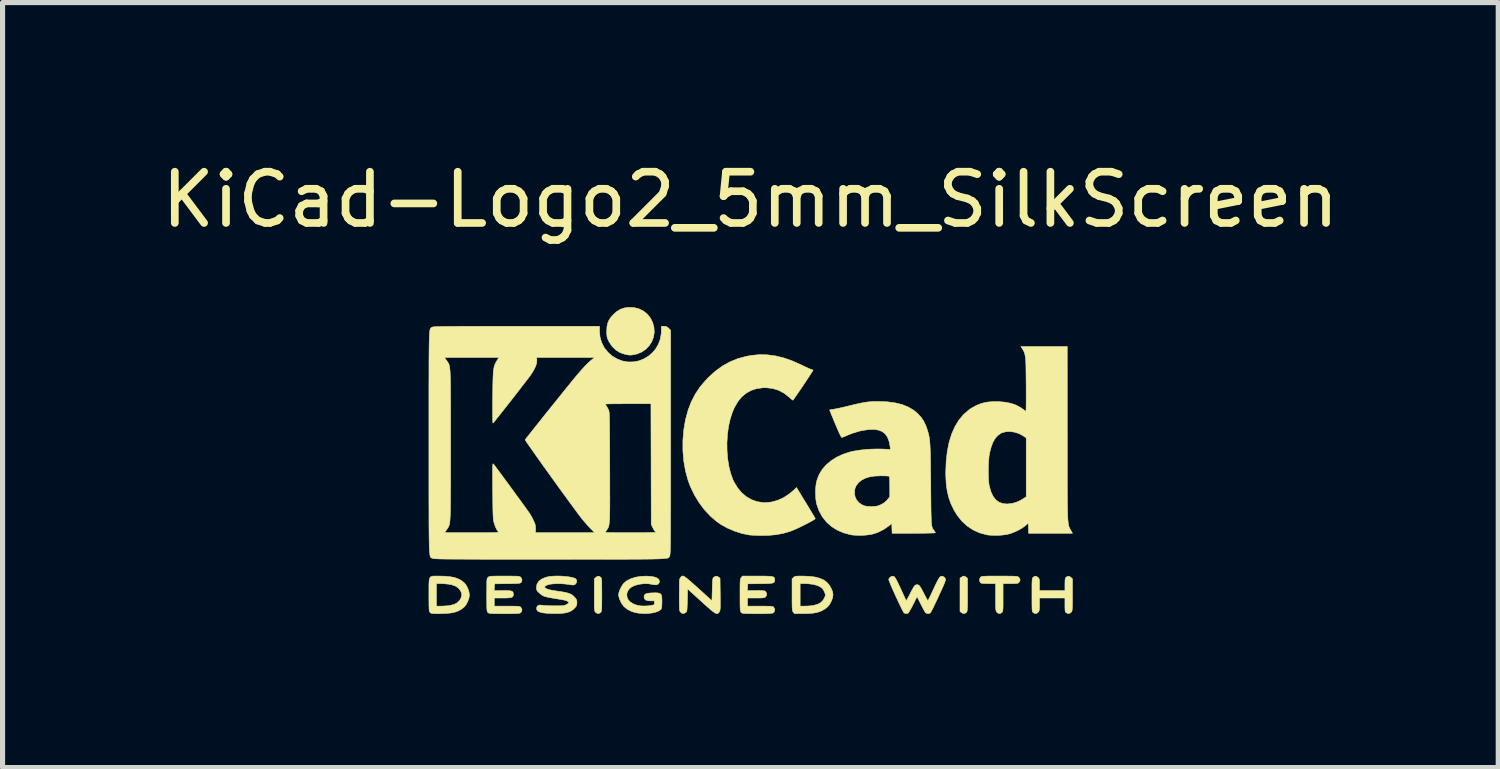
<source format=kicad_pcb>
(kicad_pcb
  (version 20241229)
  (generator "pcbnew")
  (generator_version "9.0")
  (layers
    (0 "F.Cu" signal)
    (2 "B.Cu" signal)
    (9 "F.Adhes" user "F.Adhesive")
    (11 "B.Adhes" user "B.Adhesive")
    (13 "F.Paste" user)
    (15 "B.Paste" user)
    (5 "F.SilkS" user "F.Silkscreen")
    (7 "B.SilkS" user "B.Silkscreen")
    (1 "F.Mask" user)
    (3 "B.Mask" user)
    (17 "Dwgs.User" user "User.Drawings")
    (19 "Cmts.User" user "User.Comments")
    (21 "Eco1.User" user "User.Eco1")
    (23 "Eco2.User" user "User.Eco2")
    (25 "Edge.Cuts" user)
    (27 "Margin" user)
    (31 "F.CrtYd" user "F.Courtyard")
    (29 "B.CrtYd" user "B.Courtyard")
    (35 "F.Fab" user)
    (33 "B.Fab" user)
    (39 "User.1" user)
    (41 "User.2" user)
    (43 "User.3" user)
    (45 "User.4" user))
  (footprint "KiCad-Logo2_5mm_SilkScreen"
    (layer "F.Cu")
    (at 11.601 5.928)
    (property "Reference" "KiCad-Logo2_5mm_SilkScreen" (at 0 -5.08 0) (layer "F.SilkS") (effects (font (size 1 1) (thickness 0.15))))
    (attr exclude_from_pos_files exclude_from_bom)
    (fp_poly (pts (xy 4.189 2.276) (xy 4.212 2.291) (xy 4.239 2.312) (xy 4.239 2.634) (xy 4.239 2.728) (xy 4.239 2.802) (xy 4.238 2.859) (xy 4.236 2.901) (xy 4.234 2.931) (xy 4.231 2.951) (xy 4.227 2.965) (xy 4.221 2.974) (xy 4.217 2.979) (xy 4.186 3) (xy 4.15 2.999) (xy 4.119 2.981) (xy 4.092 2.96) (xy 4.092 2.312) (xy 4.119 2.291) (xy 4.145 2.275) (xy 4.166 2.269) (xy 4.189 2.276)) (stroke (width 0.01) (type solid)) (fill yes) (layer "F.SilkS"))
    (fp_poly (pts (xy -2.924 2.292) (xy -2.917 2.299) (xy -2.912 2.309) (xy -2.908 2.324) (xy -2.905 2.346) (xy -2.903 2.378) (xy -2.902 2.422) (xy -2.902 2.482) (xy -2.901 2.56) (xy -2.901 2.636) (xy -2.901 2.73) (xy -2.902 2.804) (xy -2.902 2.86) (xy -2.904 2.902) (xy -2.906 2.932) (xy -2.909 2.952) (xy -2.913 2.965) (xy -2.919 2.974) (xy -2.924 2.98) (xy -2.957 3) (xy -2.992 2.998) (xy -3.023 2.977) (xy -3.031 2.968) (xy -3.036 2.959) (xy -3.041 2.945) (xy -3.044 2.924) (xy -3.046 2.895) (xy -3.047 2.853) (xy -3.048 2.796) (xy -3.048 2.722) (xy -3.048 2.638) (xy -3.048 2.324) (xy -3.02 2.297) (xy -2.986 2.273) (xy -2.953 2.273) (xy -2.924 2.292)) (stroke (width 0.01) (type solid)) (fill yes) (layer "F.SilkS"))
    (fp_poly (pts (xy -2.273 -2.973) (xy -2.177 -2.949) (xy -2.09 -2.906) (xy -2.015 -2.847) (xy -1.954 -2.772) (xy -1.909 -2.683) (xy -1.883 -2.586) (xy -1.877 -2.489) (xy -1.892 -2.395) (xy -1.926 -2.307) (xy -1.977 -2.228) (xy -2.042 -2.16) (xy -2.121 -2.106) (xy -2.212 -2.068) (xy -2.263 -2.056) (xy -2.308 -2.048) (xy -2.342 -2.045) (xy -2.375 -2.047) (xy -2.415 -2.054) (xy -2.449 -2.061) (xy -2.542 -2.092) (xy -2.626 -2.143) (xy -2.698 -2.213) (xy -2.756 -2.298) (xy -2.77 -2.326) (xy -2.787 -2.362) (xy -2.797 -2.392) (xy -2.802 -2.425) (xy -2.805 -2.466) (xy -2.805 -2.512) (xy -2.801 -2.596) (xy -2.787 -2.665) (xy -2.762 -2.726) (xy -2.723 -2.784) (xy -2.684 -2.829) (xy -2.612 -2.895) (xy -2.537 -2.94) (xy -2.455 -2.967) (xy -2.377 -2.977) (xy -2.273 -2.973)) (stroke (width 0.01) (type solid)) (fill yes) (layer "F.SilkS"))
    (fp_poly (pts (xy 4.963 2.269) (xy 5.042 2.27) (xy 5.103 2.27) (xy 5.149 2.272) (xy 5.182 2.274) (xy 5.205 2.277) (xy 5.221 2.28) (xy 5.231 2.285) (xy 5.236 2.289) (xy 5.261 2.321) (xy 5.265 2.355) (xy 5.249 2.386) (xy 5.238 2.398) (xy 5.227 2.406) (xy 5.211 2.412) (xy 5.186 2.414) (xy 5.147 2.416) (xy 5.09 2.416) (xy 5.079 2.416) (xy 4.933 2.416) (xy 4.933 2.687) (xy 4.933 2.772) (xy 4.933 2.838) (xy 4.932 2.887) (xy 4.93 2.922) (xy 4.927 2.946) (xy 4.923 2.962) (xy 4.918 2.972) (xy 4.911 2.98) (xy 4.878 3) (xy 4.843 2.999) (xy 4.812 2.976) (xy 4.81 2.973) (xy 4.802 2.962) (xy 4.797 2.95) (xy 4.793 2.933) (xy 4.79 2.908) (xy 4.788 2.872) (xy 4.787 2.822) (xy 4.787 2.755) (xy 4.786 2.68) (xy 4.786 2.416) (xy 4.647 2.416) (xy 4.587 2.415) (xy 4.546 2.414) (xy 4.519 2.411) (xy 4.502 2.405) (xy 4.49 2.397) (xy 4.489 2.395) (xy 4.473 2.362) (xy 4.474 2.324) (xy 4.493 2.292) (xy 4.5 2.285) (xy 4.51 2.28) (xy 4.524 2.276) (xy 4.545 2.274) (xy 4.575 2.272) (xy 4.618 2.27) (xy 4.676 2.269) (xy 4.75 2.269) (xy 4.844 2.269) (xy 4.864 2.269) (xy 4.963 2.269)) (stroke (width 0.01) (type solid)) (fill yes) (layer "F.SilkS"))
    (fp_poly (pts (xy 6.229 2.275) (xy 6.26 2.297) (xy 6.288 2.324) (xy 6.288 2.634) (xy 6.288 2.726) (xy 6.287 2.798) (xy 6.287 2.853) (xy 6.285 2.893) (xy 6.283 2.922) (xy 6.28 2.942) (xy 6.275 2.956) (xy 6.269 2.967) (xy 6.265 2.973) (xy 6.234 2.998) (xy 6.198 3) (xy 6.166 2.985) (xy 6.156 2.976) (xy 6.148 2.965) (xy 6.144 2.946) (xy 6.142 2.915) (xy 6.141 2.869) (xy 6.141 2.833) (xy 6.141 2.698) (xy 5.644 2.698) (xy 5.644 2.821) (xy 5.644 2.877) (xy 5.642 2.915) (xy 5.638 2.941) (xy 5.63 2.96) (xy 5.621 2.973) (xy 5.59 2.998) (xy 5.555 3.001) (xy 5.522 2.983) (xy 5.513 2.974) (xy 5.506 2.962) (xy 5.502 2.943) (xy 5.499 2.914) (xy 5.498 2.87) (xy 5.497 2.808) (xy 5.497 2.794) (xy 5.497 2.678) (xy 5.497 2.582) (xy 5.497 2.504) (xy 5.497 2.443) (xy 5.498 2.396) (xy 5.5 2.361) (xy 5.502 2.335) (xy 5.505 2.318) (xy 5.51 2.306) (xy 5.515 2.298) (xy 5.52 2.292) (xy 5.552 2.272) (xy 5.585 2.275) (xy 5.617 2.297) (xy 5.629 2.311) (xy 5.638 2.327) (xy 5.642 2.35) (xy 5.644 2.384) (xy 5.644 2.436) (xy 5.644 2.551) (xy 6.141 2.551) (xy 6.141 2.433) (xy 6.142 2.378) (xy 6.144 2.341) (xy 6.148 2.317) (xy 6.155 2.301) (xy 6.164 2.292) (xy 6.196 2.272) (xy 6.229 2.275)) (stroke (width 0.01) (type solid)) (fill yes) (layer "F.SilkS"))
    (fp_poly (pts (xy 1.018 2.269) (xy 1.147 2.274) (xy 1.257 2.287) (xy 1.349 2.31) (xy 1.426 2.343) (xy 1.489 2.388) (xy 1.539 2.444) (xy 1.58 2.514) (xy 1.58 2.515) (xy 1.605 2.577) (xy 1.613 2.633) (xy 1.606 2.688) (xy 1.584 2.751) (xy 1.579 2.761) (xy 1.55 2.817) (xy 1.517 2.86) (xy 1.475 2.897) (xy 1.417 2.934) (xy 1.414 2.936) (xy 1.364 2.96) (xy 1.307 2.978) (xy 1.24 2.991) (xy 1.159 2.999) (xy 1.06 3.002) (xy 1.025 3.002) (xy 0.86 3.003) (xy 0.836 2.973) (xy 0.829 2.963) (xy 0.824 2.952) (xy 0.82 2.936) (xy 0.817 2.913) (xy 0.815 2.88) (xy 0.814 2.856) (xy 0.971 2.856) (xy 1.065 2.856) (xy 1.12 2.854) (xy 1.176 2.85) (xy 1.222 2.844) (xy 1.225 2.844) (xy 1.307 2.822) (xy 1.371 2.789) (xy 1.418 2.743) (xy 1.451 2.683) (xy 1.457 2.667) (xy 1.463 2.642) (xy 1.46 2.618) (xy 1.448 2.585) (xy 1.441 2.569) (xy 1.418 2.527) (xy 1.39 2.497) (xy 1.359 2.477) (xy 1.297 2.45) (xy 1.218 2.43) (xy 1.125 2.419) (xy 1.058 2.416) (xy 0.971 2.416) (xy 0.971 2.856) (xy 0.814 2.856) (xy 0.814 2.835) (xy 0.813 2.774) (xy 0.813 2.696) (xy 0.813 2.634) (xy 0.813 2.324) (xy 0.841 2.297) (xy 0.853 2.286) (xy 0.866 2.278) (xy 0.885 2.273) (xy 0.913 2.27) (xy 0.955 2.269) (xy 1.015 2.269) (xy 1.018 2.269)) (stroke (width 0.01) (type solid)) (fill yes) (layer "F.SilkS"))
    (fp_poly (pts (xy -6.121 2.269) (xy -6.082 2.269) (xy -5.966 2.272) (xy -5.869 2.281) (xy -5.788 2.295) (xy -5.719 2.317) (xy -5.658 2.347) (xy -5.604 2.387) (xy -5.584 2.404) (xy -5.552 2.443) (xy -5.523 2.497) (xy -5.5 2.557) (xy -5.488 2.615) (xy -5.486 2.636) (xy -5.494 2.695) (xy -5.516 2.759) (xy -5.547 2.82) (xy -5.584 2.868) (xy -5.59 2.874) (xy -5.641 2.915) (xy -5.696 2.947) (xy -5.76 2.971) (xy -5.834 2.988) (xy -5.924 2.998) (xy -6.031 3.002) (xy -6.08 3.003) (xy -6.142 3.003) (xy -6.186 3.001) (xy -6.215 2.999) (xy -6.234 2.994) (xy -6.247 2.987) (xy -6.254 2.98) (xy -6.261 2.973) (xy -6.266 2.963) (xy -6.27 2.948) (xy -6.273 2.926) (xy -6.274 2.894) (xy -6.276 2.85) (xy -6.276 2.79) (xy -6.277 2.712) (xy -6.277 2.636) (xy -6.277 2.535) (xy -6.277 2.454) (xy -6.276 2.416) (xy -6.13 2.416) (xy -6.13 2.856) (xy -6.037 2.856) (xy -5.981 2.854) (xy -5.922 2.85) (xy -5.873 2.844) (xy -5.872 2.844) (xy -5.792 2.825) (xy -5.731 2.795) (xy -5.684 2.753) (xy -5.655 2.707) (xy -5.636 2.656) (xy -5.638 2.608) (xy -5.659 2.557) (xy -5.7 2.504) (xy -5.758 2.465) (xy -5.833 2.438) (xy -5.883 2.429) (xy -5.939 2.423) (xy -6 2.418) (xy -6.051 2.416) (xy -6.054 2.416) (xy -6.13 2.416) (xy -6.276 2.416) (xy -6.275 2.392) (xy -6.271 2.345) (xy -6.263 2.312) (xy -6.25 2.29) (xy -6.23 2.277) (xy -6.203 2.27) (xy -6.167 2.269) (xy -6.121 2.269)) (stroke (width 0.01) (type solid)) (fill yes) (layer "F.SilkS"))
    (fp_poly (pts (xy -1.3 2.273) (xy -1.277 2.287) (xy -1.246 2.31) (xy -1.206 2.342) (xy -1.156 2.386) (xy -1.094 2.441) (xy -1.018 2.509) (xy -0.931 2.588) (xy -0.751 2.752) (xy -0.745 2.532) (xy -0.743 2.456) (xy -0.741 2.4) (xy -0.739 2.36) (xy -0.736 2.332) (xy -0.731 2.314) (xy -0.725 2.303) (xy -0.717 2.294) (xy -0.713 2.291) (xy -0.678 2.272) (xy -0.645 2.274) (xy -0.619 2.291) (xy -0.593 2.312) (xy -0.589 2.627) (xy -0.588 2.72) (xy -0.588 2.793) (xy -0.588 2.848) (xy -0.589 2.889) (xy -0.591 2.919) (xy -0.594 2.939) (xy -0.598 2.953) (xy -0.604 2.964) (xy -0.61 2.972) (xy -0.623 2.988) (xy -0.637 2.999) (xy -0.652 3.003) (xy -0.671 2.999) (xy -0.695 2.987) (xy -0.727 2.965) (xy -0.768 2.932) (xy -0.821 2.887) (xy -0.886 2.829) (xy -0.96 2.762) (xy -1.225 2.521) (xy -1.23 2.741) (xy -1.233 2.816) (xy -1.235 2.872) (xy -1.237 2.913) (xy -1.24 2.94) (xy -1.244 2.958) (xy -1.25 2.969) (xy -1.259 2.978) (xy -1.263 2.981) (xy -1.3 3) (xy -1.335 2.997) (xy -1.365 2.973) (xy -1.372 2.963) (xy -1.378 2.952) (xy -1.382 2.936) (xy -1.385 2.913) (xy -1.386 2.88) (xy -1.388 2.835) (xy -1.388 2.774) (xy -1.389 2.694) (xy -1.389 2.636) (xy -1.388 2.544) (xy -1.388 2.473) (xy -1.387 2.418) (xy -1.386 2.378) (xy -1.384 2.349) (xy -1.38 2.329) (xy -1.376 2.315) (xy -1.37 2.305) (xy -1.365 2.299) (xy -1.354 2.285) (xy -1.343 2.274) (xy -1.332 2.268) (xy -1.318 2.267) (xy -1.3 2.273)) (stroke (width 0.01) (type solid)) (fill yes) (layer "F.SilkS"))
    (fp_poly (pts (xy -1.95 2.275) (xy -1.882 2.286) (xy -1.829 2.304) (xy -1.795 2.327) (xy -1.785 2.341) (xy -1.776 2.372) (xy -1.782 2.4) (xy -1.802 2.427) (xy -1.834 2.44) (xy -1.879 2.439) (xy -1.914 2.432) (xy -1.992 2.419) (xy -2.072 2.418) (xy -2.162 2.428) (xy -2.186 2.433) (xy -2.269 2.456) (xy -2.334 2.491) (xy -2.38 2.537) (xy -2.407 2.592) (xy -2.413 2.621) (xy -2.409 2.68) (xy -2.386 2.732) (xy -2.345 2.776) (xy -2.288 2.811) (xy -2.219 2.837) (xy -2.138 2.852) (xy -2.048 2.854) (xy -1.951 2.845) (xy -1.945 2.844) (xy -1.907 2.836) (xy -1.885 2.83) (xy -1.876 2.819) (xy -1.874 2.802) (xy -1.874 2.793) (xy -1.874 2.754) (xy -1.942 2.754) (xy -2.003 2.75) (xy -2.044 2.737) (xy -2.068 2.714) (xy -2.077 2.679) (xy -2.077 2.674) (xy -2.072 2.645) (xy -2.054 2.623) (xy -2.022 2.609) (xy -1.972 2.601) (xy -1.923 2.598) (xy -1.852 2.596) (xy -1.801 2.599) (xy -1.766 2.609) (xy -1.744 2.628) (xy -1.733 2.66) (xy -1.728 2.708) (xy -1.727 2.77) (xy -1.729 2.84) (xy -1.733 2.887) (xy -1.74 2.912) (xy -1.741 2.914) (xy -1.78 2.946) (xy -1.837 2.97) (xy -1.909 2.988) (xy -1.991 2.999) (xy -2.081 3.001) (xy -2.175 2.994) (xy -2.23 2.986) (xy -2.316 2.962) (xy -2.396 2.922) (xy -2.463 2.87) (xy -2.473 2.86) (xy -2.506 2.816) (xy -2.536 2.762) (xy -2.559 2.706) (xy -2.572 2.654) (xy -2.574 2.635) (xy -2.567 2.593) (xy -2.55 2.542) (xy -2.524 2.488) (xy -2.495 2.439) (xy -2.469 2.406) (xy -2.408 2.357) (xy -2.329 2.319) (xy -2.235 2.29) (xy -2.129 2.274) (xy -2.032 2.27) (xy -1.95 2.275)) (stroke (width 0.01) (type solid)) (fill yes) (layer "F.SilkS"))
    (fp_poly (pts (xy 0.23 2.269) (xy 0.307 2.27) (xy 0.365 2.272) (xy 0.408 2.276) (xy 0.438 2.282) (xy 0.457 2.291) (xy 0.468 2.303) (xy 0.473 2.319) (xy 0.474 2.339) (xy 0.474 2.341) (xy 0.473 2.364) (xy 0.468 2.382) (xy 0.457 2.395) (xy 0.437 2.404) (xy 0.406 2.41) (xy 0.36 2.414) (xy 0.298 2.417) (xy 0.216 2.418) (xy 0.191 2.418) (xy -0.051 2.421) (xy -0.054 2.486) (xy -0.058 2.551) (xy 0.111 2.551) (xy 0.176 2.552) (xy 0.223 2.553) (xy 0.255 2.555) (xy 0.276 2.559) (xy 0.289 2.565) (xy 0.299 2.573) (xy 0.299 2.573) (xy 0.316 2.607) (xy 0.316 2.643) (xy 0.297 2.674) (xy 0.294 2.678) (xy 0.281 2.686) (xy 0.263 2.692) (xy 0.237 2.695) (xy 0.197 2.697) (xy 0.142 2.698) (xy 0.106 2.698) (xy -0.056 2.698) (xy -0.056 2.856) (xy 0.19 2.856) (xy 0.272 2.856) (xy 0.333 2.857) (xy 0.379 2.858) (xy 0.41 2.86) (xy 0.431 2.864) (xy 0.445 2.868) (xy 0.453 2.874) (xy 0.455 2.877) (xy 0.472 2.908) (xy 0.473 2.944) (xy 0.46 2.975) (xy 0.449 2.985) (xy 0.438 2.991) (xy 0.421 2.995) (xy 0.396 2.998) (xy 0.359 3) (xy 0.308 3.002) (xy 0.24 3.003) (xy 0.153 3.003) (xy 0.133 3.003) (xy 0.045 3.003) (xy -0.024 3.002) (xy -0.075 3.002) (xy -0.113 3) (xy -0.139 2.998) (xy -0.156 2.994) (xy -0.167 2.989) (xy -0.176 2.983) (xy -0.18 2.978) (xy -0.187 2.97) (xy -0.192 2.96) (xy -0.196 2.945) (xy -0.199 2.923) (xy -0.201 2.89) (xy -0.202 2.845) (xy -0.203 2.785) (xy -0.203 2.707) (xy -0.203 2.641) (xy -0.203 2.549) (xy -0.203 2.476) (xy -0.202 2.421) (xy -0.201 2.38) (xy -0.198 2.35) (xy -0.195 2.33) (xy -0.191 2.316) (xy -0.185 2.305) (xy -0.18 2.299) (xy -0.156 2.269) (xy 0.134 2.269) (xy 0.23 2.269)) (stroke (width 0.01) (type solid)) (fill yes) (layer "F.SilkS"))
    (fp_poly (pts (xy -4.713 2.269) (xy -4.643 2.27) (xy -4.591 2.27) (xy -4.553 2.272) (xy -4.526 2.274) (xy -4.508 2.278) (xy -4.496 2.283) (xy -4.487 2.289) (xy -4.484 2.292) (xy -4.464 2.323) (xy -4.46 2.359) (xy -4.473 2.391) (xy -4.48 2.397) (xy -4.489 2.403) (xy -4.505 2.408) (xy -4.529 2.412) (xy -4.566 2.414) (xy -4.617 2.416) (xy -4.685 2.418) (xy -4.748 2.418) (xy -4.995 2.421) (xy -4.999 2.486) (xy -5.002 2.551) (xy -4.834 2.551) (xy -4.761 2.552) (xy -4.708 2.555) (xy -4.671 2.56) (xy -4.647 2.57) (xy -4.634 2.586) (xy -4.629 2.607) (xy -4.628 2.628) (xy -4.631 2.653) (xy -4.64 2.671) (xy -4.659 2.684) (xy -4.691 2.692) (xy -4.738 2.696) (xy -4.804 2.698) (xy -4.84 2.698) (xy -5.001 2.698) (xy -5.001 2.856) (xy -4.753 2.856) (xy -4.671 2.856) (xy -4.609 2.857) (xy -4.564 2.858) (xy -4.532 2.86) (xy -4.511 2.863) (xy -4.496 2.868) (xy -4.487 2.874) (xy -4.482 2.879) (xy -4.465 2.906) (xy -4.459 2.929) (xy -4.467 2.959) (xy -4.482 2.98) (xy -4.49 2.987) (xy -4.5 2.992) (xy -4.515 2.996) (xy -4.538 2.999) (xy -4.571 3.001) (xy -4.618 3.002) (xy -4.68 3.003) (xy -4.761 3.003) (xy -4.803 3.003) (xy -4.894 3.003) (xy -4.964 3.002) (xy -5.017 3.002) (xy -5.056 3) (xy -5.083 2.998) (xy -5.101 2.994) (xy -5.113 2.99) (xy -5.122 2.983) (xy -5.125 2.98) (xy -5.132 2.973) (xy -5.137 2.963) (xy -5.141 2.948) (xy -5.144 2.926) (xy -5.146 2.894) (xy -5.147 2.849) (xy -5.147 2.789) (xy -5.148 2.711) (xy -5.148 2.638) (xy -5.148 2.545) (xy -5.147 2.471) (xy -5.147 2.415) (xy -5.146 2.374) (xy -5.144 2.345) (xy -5.141 2.325) (xy -5.136 2.312) (xy -5.131 2.303) (xy -5.123 2.295) (xy -5.122 2.294) (xy -5.113 2.286) (xy -5.103 2.28) (xy -5.089 2.276) (xy -5.067 2.273) (xy -5.036 2.271) (xy -4.993 2.27) (xy -4.934 2.269) (xy -4.857 2.269) (xy -4.802 2.269) (xy -4.713 2.269)) (stroke (width 0.01) (type solid)) (fill yes) (layer "F.SilkS"))
    (fp_poly (pts (xy 3.745 2.271) (xy 3.764 2.278) (xy 3.765 2.278) (xy 3.792 2.299) (xy 3.806 2.32) (xy 3.809 2.329) (xy 3.809 2.342) (xy 3.805 2.361) (xy 3.796 2.387) (xy 3.782 2.424) (xy 3.761 2.473) (xy 3.732 2.536) (xy 3.695 2.617) (xy 3.675 2.661) (xy 3.639 2.74) (xy 3.604 2.812) (xy 3.574 2.876) (xy 3.548 2.928) (xy 3.528 2.965) (xy 3.516 2.986) (xy 3.513 2.989) (xy 3.482 3.001) (xy 3.447 3) (xy 3.419 2.984) (xy 3.418 2.983) (xy 3.407 2.966) (xy 3.388 2.933) (xy 3.364 2.888) (xy 3.337 2.836) (xy 3.327 2.817) (xy 3.254 2.67) (xy 3.174 2.829) (xy 3.146 2.884) (xy 3.119 2.932) (xy 3.097 2.969) (xy 3.081 2.991) (xy 3.076 2.996) (xy 3.034 3.002) (xy 3 2.989) (xy 2.99 2.974) (xy 2.972 2.943) (xy 2.949 2.897) (xy 2.921 2.839) (xy 2.89 2.774) (xy 2.857 2.704) (xy 2.824 2.631) (xy 2.792 2.56) (xy 2.763 2.494) (xy 2.737 2.435) (xy 2.718 2.386) (xy 2.705 2.352) (xy 2.7 2.334) (xy 2.7 2.334) (xy 2.711 2.311) (xy 2.733 2.289) (xy 2.735 2.288) (xy 2.762 2.272) (xy 2.787 2.273) (xy 2.796 2.275) (xy 2.808 2.282) (xy 2.82 2.294) (xy 2.834 2.315) (xy 2.852 2.347) (xy 2.875 2.393) (xy 2.905 2.455) (xy 2.932 2.512) (xy 2.962 2.578) (xy 2.99 2.638) (xy 3.013 2.688) (xy 3.03 2.725) (xy 3.039 2.746) (xy 3.041 2.749) (xy 3.047 2.743) (xy 3.061 2.721) (xy 3.081 2.685) (xy 3.106 2.638) (xy 3.115 2.619) (xy 3.148 2.554) (xy 3.174 2.507) (xy 3.194 2.474) (xy 3.21 2.454) (xy 3.226 2.443) (xy 3.242 2.439) (xy 3.252 2.438) (xy 3.271 2.44) (xy 3.287 2.447) (xy 3.303 2.462) (xy 3.321 2.487) (xy 3.344 2.526) (xy 3.373 2.581) (xy 3.389 2.613) (xy 3.415 2.663) (xy 3.437 2.705) (xy 3.454 2.734) (xy 3.464 2.748) (xy 3.466 2.749) (xy 3.472 2.738) (xy 3.487 2.709) (xy 3.508 2.666) (xy 3.534 2.612) (xy 3.564 2.548) (xy 3.578 2.517) (xy 3.616 2.436) (xy 3.647 2.374) (xy 3.672 2.328) (xy 3.692 2.297) (xy 3.71 2.278) (xy 3.727 2.271) (xy 3.745 2.271)) (stroke (width 0.01) (type solid)) (fill yes) (layer "F.SilkS"))
    (fp_poly (pts (xy -3.692 2.27) (xy -3.617 2.276) (xy -3.547 2.284) (xy -3.487 2.295) (xy -3.44 2.308) (xy -3.41 2.323) (xy -3.406 2.327) (xy -3.39 2.362) (xy -3.395 2.397) (xy -3.419 2.428) (xy -3.421 2.429) (xy -3.435 2.438) (xy -3.45 2.443) (xy -3.471 2.443) (xy -3.503 2.44) (xy -3.552 2.432) (xy -3.556 2.432) (xy -3.629 2.423) (xy -3.707 2.418) (xy -3.786 2.418) (xy -3.859 2.422) (xy -3.922 2.43) (xy -3.968 2.443) (xy -3.971 2.444) (xy -4.005 2.463) (xy -4.017 2.482) (xy -4.008 2.5) (xy -3.978 2.518) (xy -3.929 2.535) (xy -3.861 2.549) (xy -3.816 2.556) (xy -3.721 2.57) (xy -3.647 2.582) (xy -3.588 2.594) (xy -3.542 2.608) (xy -3.506 2.623) (xy -3.476 2.641) (xy -3.449 2.664) (xy -3.428 2.686) (xy -3.403 2.717) (xy -3.391 2.743) (xy -3.387 2.776) (xy -3.387 2.788) (xy -3.39 2.828) (xy -3.401 2.857) (xy -3.421 2.883) (xy -3.462 2.924) (xy -3.508 2.954) (xy -3.562 2.976) (xy -3.627 2.991) (xy -3.707 2.999) (xy -3.805 3.001) (xy -3.821 3.001) (xy -3.887 3) (xy -3.952 2.997) (xy -4.009 2.992) (xy -4.052 2.987) (xy -4.055 2.987) (xy -4.098 2.976) (xy -4.134 2.964) (xy -4.154 2.952) (xy -4.173 2.922) (xy -4.174 2.886) (xy -4.158 2.854) (xy -4.154 2.851) (xy -4.139 2.84) (xy -4.12 2.835) (xy -4.091 2.836) (xy -4.056 2.84) (xy -4.016 2.844) (xy -3.96 2.847) (xy -3.895 2.849) (xy -3.828 2.85) (xy -3.81 2.85) (xy -3.742 2.85) (xy -3.692 2.849) (xy -3.657 2.846) (xy -3.63 2.841) (xy -3.609 2.834) (xy -3.596 2.828) (xy -3.568 2.811) (xy -3.55 2.796) (xy -3.547 2.792) (xy -3.553 2.774) (xy -3.579 2.757) (xy -3.624 2.741) (xy -3.687 2.728) (xy -3.705 2.725) (xy -3.801 2.71) (xy -3.878 2.697) (xy -3.938 2.686) (xy -3.984 2.676) (xy -4.021 2.665) (xy -4.049 2.653) (xy -4.073 2.639) (xy -4.096 2.622) (xy -4.119 2.601) (xy -4.127 2.594) (xy -4.155 2.567) (xy -4.17 2.545) (xy -4.176 2.52) (xy -4.177 2.489) (xy -4.167 2.428) (xy -4.136 2.376) (xy -4.085 2.333) (xy -4.013 2.3) (xy -3.962 2.285) (xy -3.907 2.275) (xy -3.841 2.27) (xy -3.768 2.268) (xy -3.692 2.27)) (stroke (width 0.01) (type solid)) (fill yes) (layer "F.SilkS"))
    (fp_poly (pts (xy 0.328 -2.051) (xy 0.489 -2.03) (xy 0.653 -1.99) (xy 0.822 -1.93) (xy 1 -1.851) (xy 1.011 -1.845) (xy 1.069 -1.817) (xy 1.121 -1.793) (xy 1.162 -1.775) (xy 1.19 -1.764) (xy 1.2 -1.761) (xy 1.219 -1.756) (xy 1.224 -1.752) (xy 1.218 -1.741) (xy 1.202 -1.715) (xy 1.177 -1.676) (xy 1.145 -1.626) (xy 1.107 -1.569) (xy 1.066 -1.507) (xy 1.023 -1.442) (xy 0.98 -1.379) (xy 0.939 -1.319) (xy 0.902 -1.265) (xy 0.871 -1.22) (xy 0.847 -1.186) (xy 0.832 -1.167) (xy 0.83 -1.165) (xy 0.82 -1.17) (xy 0.798 -1.187) (xy 0.767 -1.214) (xy 0.752 -1.228) (xy 0.655 -1.303) (xy 0.548 -1.359) (xy 0.433 -1.394) (xy 0.31 -1.408) (xy 0.241 -1.407) (xy 0.119 -1.39) (xy 0.01 -1.354) (xy -0.087 -1.299) (xy -0.174 -1.225) (xy -0.249 -1.131) (xy -0.314 -1.018) (xy -0.351 -0.931) (xy -0.395 -0.796) (xy -0.428 -0.648) (xy -0.448 -0.493) (xy -0.458 -0.333) (xy -0.456 -0.173) (xy -0.443 -0.016) (xy -0.419 0.133) (xy -0.384 0.271) (xy -0.338 0.395) (xy -0.322 0.429) (xy -0.253 0.543) (xy -0.173 0.64) (xy -0.081 0.718) (xy 0.02 0.777) (xy 0.13 0.816) (xy 0.247 0.834) (xy 0.289 0.835) (xy 0.41 0.824) (xy 0.531 0.791) (xy 0.649 0.737) (xy 0.762 0.663) (xy 0.854 0.585) (xy 0.9 0.54) (xy 1.081 0.837) (xy 1.127 0.911) (xy 1.168 0.98) (xy 1.204 1.039) (xy 1.233 1.088) (xy 1.254 1.124) (xy 1.265 1.144) (xy 1.266 1.147) (xy 1.258 1.157) (xy 1.233 1.174) (xy 1.193 1.197) (xy 1.142 1.225) (xy 1.084 1.255) (xy 1.021 1.287) (xy 0.958 1.318) (xy 0.896 1.346) (xy 0.839 1.371) (xy 0.791 1.391) (xy 0.768 1.399) (xy 0.634 1.437) (xy 0.496 1.462) (xy 0.349 1.475) (xy 0.222 1.477) (xy 0.154 1.476) (xy 0.088 1.474) (xy 0.031 1.471) (xy -0.013 1.468) (xy -0.027 1.466) (xy -0.166 1.438) (xy -0.307 1.392) (xy -0.445 1.334) (xy -0.572 1.264) (xy -0.649 1.211) (xy -0.777 1.103) (xy -0.895 0.977) (xy -1.002 0.835) (xy -1.095 0.681) (xy -1.173 0.518) (xy -1.217 0.401) (xy -1.267 0.217) (xy -1.301 0.023) (xy -1.318 -0.179) (xy -1.318 -0.382) (xy -1.301 -0.584) (xy -1.268 -0.781) (xy -1.217 -0.967) (xy -1.214 -0.978) (xy -1.151 -1.14) (xy -1.074 -1.288) (xy -0.981 -1.426) (xy -0.868 -1.558) (xy -0.825 -1.604) (xy -0.688 -1.728) (xy -0.549 -1.83) (xy -0.403 -1.912) (xy -0.249 -1.975) (xy -0.084 -2.02) (xy 0.011 -2.038) (xy 0.17 -2.054) (xy 0.328 -2.051)) (stroke (width 0.01) (type solid)) (fill yes) (layer "F.SilkS"))
    (fp_poly (pts (xy 6.187 -0.528) (xy 6.187 -0.293) (xy 6.187 -0.08) (xy 6.187 0.112) (xy 6.187 0.285) (xy 6.187 0.441) (xy 6.188 0.579) (xy 6.188 0.701) (xy 6.189 0.808) (xy 6.19 0.901) (xy 6.192 0.982) (xy 6.194 1.051) (xy 6.196 1.11) (xy 6.198 1.159) (xy 6.202 1.2) (xy 6.205 1.234) (xy 6.21 1.262) (xy 6.214 1.285) (xy 6.22 1.304) (xy 6.226 1.321) (xy 6.233 1.335) (xy 6.24 1.349) (xy 6.249 1.364) (xy 6.254 1.373) (xy 6.288 1.434) (xy 5.43 1.434) (xy 5.43 1.338) (xy 5.429 1.294) (xy 5.427 1.261) (xy 5.424 1.243) (xy 5.423 1.242) (xy 5.412 1.249) (xy 5.389 1.267) (xy 5.366 1.286) (xy 5.312 1.327) (xy 5.242 1.368) (xy 5.165 1.405) (xy 5.088 1.435) (xy 5.057 1.445) (xy 4.989 1.46) (xy 4.906 1.47) (xy 4.816 1.475) (xy 4.728 1.474) (xy 4.649 1.469) (xy 4.612 1.463) (xy 4.473 1.425) (xy 4.346 1.367) (xy 4.23 1.29) (xy 4.127 1.195) (xy 4.036 1.081) (xy 3.969 0.97) (xy 3.914 0.854) (xy 3.872 0.734) (xy 3.842 0.608) (xy 3.823 0.472) (xy 3.815 0.32) (xy 3.814 0.243) (xy 3.816 0.186) (xy 4.645 0.186) (xy 4.645 0.279) (xy 4.648 0.367) (xy 4.654 0.444) (xy 4.662 0.505) (xy 4.665 0.517) (xy 4.697 0.625) (xy 4.738 0.712) (xy 4.79 0.779) (xy 4.853 0.826) (xy 4.926 0.853) (xy 5.011 0.862) (xy 5.107 0.851) (xy 5.17 0.835) (xy 5.219 0.817) (xy 5.274 0.791) (xy 5.314 0.767) (xy 5.385 0.721) (xy 5.385 -0.429) (xy 5.317 -0.473) (xy 5.239 -0.514) (xy 5.155 -0.541) (xy 5.07 -0.553) (xy 4.988 -0.549) (xy 4.915 -0.53) (xy 4.883 -0.515) (xy 4.826 -0.472) (xy 4.777 -0.415) (xy 4.735 -0.342) (xy 4.701 -0.252) (xy 4.672 -0.141) (xy 4.671 -0.135) (xy 4.66 -0.073) (xy 4.653 0.005) (xy 4.648 0.093) (xy 4.645 0.186) (xy 3.816 0.186) (xy 3.822 0.03) (xy 3.844 -0.166) (xy 3.88 -0.345) (xy 3.93 -0.506) (xy 3.994 -0.65) (xy 4.071 -0.777) (xy 4.163 -0.886) (xy 4.268 -0.977) (xy 4.314 -1.008) (xy 4.415 -1.064) (xy 4.518 -1.104) (xy 4.628 -1.128) (xy 4.749 -1.138) (xy 4.842 -1.137) (xy 4.971 -1.126) (xy 5.084 -1.104) (xy 5.183 -1.07) (xy 5.271 -1.024) (xy 5.32 -0.99) (xy 5.349 -0.968) (xy 5.371 -0.953) (xy 5.379 -0.948) (xy 5.381 -0.959) (xy 5.382 -0.99) (xy 5.383 -1.037) (xy 5.384 -1.1) (xy 5.384 -1.173) (xy 5.384 -1.256) (xy 5.384 -1.344) (xy 5.384 -1.436) (xy 5.383 -1.528) (xy 5.382 -1.618) (xy 5.381 -1.704) (xy 5.38 -1.781) (xy 5.379 -1.848) (xy 5.377 -1.902) (xy 5.375 -1.94) (xy 5.375 -1.947) (xy 5.367 -2.018) (xy 5.356 -2.073) (xy 5.338 -2.12) (xy 5.312 -2.166) (xy 5.305 -2.176) (xy 5.281 -2.213) (xy 6.186 -2.213) (xy 6.187 -0.528)) (stroke (width 0.01) (type solid)) (fill yes) (layer "F.SilkS"))
    (fp_poly (pts (xy 2.674 -1.133) (xy 2.825 -1.113) (xy 2.961 -1.08) (xy 3.08 -1.032) (xy 3.185 -0.971) (xy 3.262 -0.907) (xy 3.331 -0.833) (xy 3.385 -0.753) (xy 3.428 -0.661) (xy 3.443 -0.618) (xy 3.456 -0.579) (xy 3.467 -0.543) (xy 3.477 -0.508) (xy 3.485 -0.472) (xy 3.492 -0.433) (xy 3.498 -0.39) (xy 3.503 -0.34) (xy 3.507 -0.283) (xy 3.51 -0.215) (xy 3.513 -0.136) (xy 3.515 -0.043) (xy 3.517 0.066) (xy 3.518 0.192) (xy 3.52 0.337) (xy 3.521 0.48) (xy 3.522 0.636) (xy 3.524 0.771) (xy 3.525 0.887) (xy 3.526 0.986) (xy 3.528 1.068) (xy 3.53 1.136) (xy 3.532 1.192) (xy 3.535 1.236) (xy 3.539 1.271) (xy 3.544 1.299) (xy 3.55 1.321) (xy 3.557 1.338) (xy 3.565 1.352) (xy 3.574 1.366) (xy 3.585 1.38) (xy 3.59 1.385) (xy 3.605 1.408) (xy 3.612 1.423) (xy 3.612 1.424) (xy 3.602 1.426) (xy 3.571 1.428) (xy 3.522 1.43) (xy 3.458 1.431) (xy 3.382 1.433) (xy 3.295 1.433) (xy 3.2 1.434) (xy 3.19 1.434) (xy 2.767 1.434) (xy 2.763 1.338) (xy 2.76 1.242) (xy 2.698 1.293) (xy 2.601 1.36) (xy 2.491 1.415) (xy 2.404 1.445) (xy 2.335 1.46) (xy 2.252 1.47) (xy 2.162 1.475) (xy 2.074 1.474) (xy 1.995 1.468) (xy 1.959 1.463) (xy 1.819 1.425) (xy 1.692 1.37) (xy 1.58 1.299) (xy 1.484 1.213) (xy 1.404 1.112) (xy 1.341 0.997) (xy 1.296 0.871) (xy 1.284 0.814) (xy 1.276 0.752) (xy 1.273 0.677) (xy 1.272 0.643) (xy 1.272 0.64) (xy 2.032 0.64) (xy 2.042 0.715) (xy 2.07 0.779) (xy 2.118 0.835) (xy 2.123 0.839) (xy 2.172 0.874) (xy 2.223 0.897) (xy 2.284 0.909) (xy 2.359 0.911) (xy 2.377 0.911) (xy 2.431 0.908) (xy 2.471 0.903) (xy 2.506 0.893) (xy 2.545 0.876) (xy 2.556 0.871) (xy 2.616 0.835) (xy 2.663 0.792) (xy 2.676 0.777) (xy 2.721 0.72) (xy 2.721 0.525) (xy 2.72 0.446) (xy 2.718 0.388) (xy 2.715 0.349) (xy 2.711 0.327) (xy 2.707 0.32) (xy 2.691 0.317) (xy 2.657 0.314) (xy 2.61 0.313) (xy 2.555 0.312) (xy 2.546 0.312) (xy 2.425 0.317) (xy 2.323 0.333) (xy 2.236 0.361) (xy 2.164 0.401) (xy 2.109 0.448) (xy 2.064 0.506) (xy 2.039 0.569) (xy 2.032 0.64) (xy 1.272 0.64) (xy 1.274 0.55) (xy 1.283 0.471) (xy 1.299 0.4) (xy 1.324 0.329) (xy 1.348 0.276) (xy 1.407 0.181) (xy 1.485 0.093) (xy 1.58 0.014) (xy 1.69 -0.055) (xy 1.813 -0.111) (xy 1.945 -0.154) (xy 2.009 -0.169) (xy 2.146 -0.191) (xy 2.294 -0.206) (xy 2.446 -0.212) (xy 2.572 -0.211) (xy 2.734 -0.204) (xy 2.727 -0.263) (xy 2.707 -0.362) (xy 2.676 -0.443) (xy 2.632 -0.506) (xy 2.575 -0.551) (xy 2.503 -0.58) (xy 2.416 -0.594) (xy 2.313 -0.591) (xy 2.275 -0.587) (xy 2.134 -0.562) (xy 1.997 -0.521) (xy 1.902 -0.483) (xy 1.857 -0.464) (xy 1.819 -0.448) (xy 1.792 -0.439) (xy 1.785 -0.437) (xy 1.775 -0.446) (xy 1.758 -0.475) (xy 1.734 -0.524) (xy 1.703 -0.594) (xy 1.665 -0.684) (xy 1.658 -0.7) (xy 1.628 -0.772) (xy 1.601 -0.838) (xy 1.578 -0.893) (xy 1.561 -0.936) (xy 1.55 -0.963) (xy 1.547 -0.972) (xy 1.557 -0.977) (xy 1.583 -0.982) (xy 1.611 -0.986) (xy 1.642 -0.991) (xy 1.689 -1) (xy 1.751 -1.013) (xy 1.821 -1.029) (xy 1.896 -1.047) (xy 1.925 -1.054) (xy 2.03 -1.08) (xy 2.117 -1.1) (xy 2.192 -1.115) (xy 2.258 -1.126) (xy 2.319 -1.133) (xy 2.381 -1.138) (xy 2.446 -1.14) (xy 2.504 -1.14) (xy 2.674 -1.133)) (stroke (width 0.01) (type solid)) (fill yes) (layer "F.SilkS"))
    (fp_poly (pts (xy -2.946 -2.511) (xy -2.936 -2.397) (xy -2.904 -2.289) (xy -2.853 -2.19) (xy -2.784 -2.102) (xy -2.699 -2.027) (xy -2.602 -1.97) (xy -2.496 -1.93) (xy -2.389 -1.911) (xy -2.283 -1.913) (xy -2.181 -1.932) (xy -2.085 -1.969) (xy -1.996 -2.021) (xy -1.917 -2.087) (xy -1.849 -2.167) (xy -1.796 -2.258) (xy -1.759 -2.359) (xy -1.74 -2.47) (xy -1.738 -2.52) (xy -1.738 -2.608) (xy -1.687 -2.608) (xy -1.65 -2.605) (xy -1.623 -2.593) (xy -1.596 -2.569) (xy -1.558 -2.531) (xy -1.558 -0.339) (xy -1.558 -0.077) (xy -1.558 0.163) (xy -1.558 0.383) (xy -1.558 0.583) (xy -1.558 0.764) (xy -1.558 0.928) (xy -1.559 1.074) (xy -1.559 1.205) (xy -1.559 1.32) (xy -1.56 1.421) (xy -1.561 1.509) (xy -1.561 1.585) (xy -1.562 1.65) (xy -1.563 1.704) (xy -1.564 1.749) (xy -1.565 1.786) (xy -1.567 1.815) (xy -1.568 1.837) (xy -1.57 1.854) (xy -1.572 1.866) (xy -1.574 1.874) (xy -1.576 1.88) (xy -1.577 1.882) (xy -1.581 1.889) (xy -1.585 1.895) (xy -1.589 1.901) (xy -1.594 1.906) (xy -1.601 1.911) (xy -1.611 1.916) (xy -1.625 1.92) (xy -1.645 1.923) (xy -1.669 1.926) (xy -1.701 1.929) (xy -1.741 1.931) (xy -1.789 1.934) (xy -1.846 1.935) (xy -1.914 1.937) (xy -1.994 1.938) (xy -2.085 1.939) (xy -2.19 1.94) (xy -2.309 1.94) (xy -2.443 1.941) (xy -2.593 1.941) (xy -2.76 1.941) (xy -2.945 1.942) (xy -3.149 1.942) (xy -3.372 1.942) (xy -3.616 1.941) (xy -3.881 1.941) (xy -3.92 1.941) (xy -4.187 1.941) (xy -4.432 1.941) (xy -4.657 1.941) (xy -4.861 1.941) (xy -5.047 1.941) (xy -5.215 1.941) (xy -5.366 1.94) (xy -5.501 1.94) (xy -5.62 1.939) (xy -5.725 1.939) (xy -5.817 1.938) (xy -5.896 1.938) (xy -5.964 1.937) (xy -6.021 1.936) (xy -6.069 1.935) (xy -6.107 1.933) (xy -6.138 1.932) (xy -6.162 1.931) (xy -6.18 1.929) (xy -6.192 1.927) (xy -6.201 1.925) (xy -6.205 1.923) (xy -6.214 1.92) (xy -6.221 1.917) (xy -6.229 1.915) (xy -6.235 1.911) (xy -6.241 1.906) (xy -6.246 1.897) (xy -6.251 1.885) (xy -6.255 1.869) (xy -6.259 1.846) (xy -6.262 1.818) (xy -6.265 1.781) (xy -6.268 1.737) (xy -6.27 1.683) (xy -6.271 1.618) (xy -6.273 1.543) (xy -6.274 1.455) (xy -6.275 1.354) (xy -6.276 1.239) (xy -6.276 1.11) (xy -6.276 0.964) (xy -6.277 0.802) (xy -6.277 0.621) (xy -6.277 0.422) (xy -6.277 0.204) (xy -6.277 -0.035) (xy -6.277 -0.296) (xy -6.277 -0.338) (xy -6.277 -0.601) (xy -6.277 -0.842) (xy -6.277 -1.063) (xy -6.277 -1.264) (xy -6.277 -1.446) (xy -6.276 -1.61) (xy -6.276 -1.757) (xy -6.276 -1.888) (xy -6.275 -1.998) (xy -5.972 -1.998) (xy -5.932 -1.94) (xy -5.921 -1.925) (xy -5.911 -1.911) (xy -5.902 -1.897) (xy -5.894 -1.883) (xy -5.887 -1.868) (xy -5.881 -1.849) (xy -5.875 -1.826) (xy -5.871 -1.798) (xy -5.867 -1.764) (xy -5.863 -1.722) (xy -5.861 -1.67) (xy -5.858 -1.609) (xy -5.857 -1.537) (xy -5.855 -1.452) (xy -5.855 -1.354) (xy -5.854 -1.24) (xy -5.853 -1.111) (xy -5.853 -0.965) (xy -5.853 -0.8) (xy -5.853 -0.616) (xy -5.853 -0.41) (xy -5.853 -0.288) (xy -5.853 -0.071) (xy -5.853 0.125) (xy -5.853 0.3) (xy -5.853 0.456) (xy -5.854 0.595) (xy -5.854 0.717) (xy -5.855 0.823) (xy -5.856 0.915) (xy -5.857 0.994) (xy -5.859 1.062) (xy -5.862 1.118) (xy -5.865 1.165) (xy -5.868 1.204) (xy -5.872 1.235) (xy -5.877 1.261) (xy -5.883 1.282) (xy -5.89 1.299) (xy -5.897 1.314) (xy -5.906 1.327) (xy -5.915 1.341) (xy -5.925 1.356) (xy -5.932 1.365) (xy -5.97 1.422) (xy -5.439 1.422) (xy -5.315 1.422) (xy -5.213 1.422) (xy -5.129 1.422) (xy -5.063 1.421) (xy -5.012 1.42) (xy -4.974 1.419) (xy -4.948 1.417) (xy -4.932 1.415) (xy -4.923 1.412) (xy -4.921 1.408) (xy -4.923 1.404) (xy -4.925 1.403) (xy -4.95 1.366) (xy -4.976 1.313) (xy -4.999 1.251) (xy -5.007 1.224) (xy -5.012 1.206) (xy -5.016 1.185) (xy -5.019 1.159) (xy -5.022 1.126) (xy -5.024 1.083) (xy -5.026 1.028) (xy -5.028 0.96) (xy -5.029 0.877) (xy -5.03 0.775) (xy -5.031 0.654) (xy -5.032 0.61) (xy -5.033 0.484) (xy -5.033 0.38) (xy -5.034 0.295) (xy -5.034 0.227) (xy -5.034 0.174) (xy -5.033 0.135) (xy -5.031 0.107) (xy -5.029 0.09) (xy -5.027 0.081) (xy -5.023 0.078) (xy -5.019 0.08) (xy -5.015 0.085) (xy -5.004 0.098) (xy -4.982 0.127) (xy -4.95 0.17) (xy -4.909 0.225) (xy -4.861 0.289) (xy -4.808 0.362) (xy -4.751 0.44) (xy -4.691 0.521) (xy -4.631 0.603) (xy -4.572 0.685) (xy -4.514 0.763) (xy -4.461 0.836) (xy -4.413 0.902) (xy -4.373 0.959) (xy -4.341 1.004) (xy -4.318 1.035) (xy -4.314 1.041) (xy -4.291 1.078) (xy -4.264 1.126) (xy -4.239 1.176) (xy -4.236 1.183) (xy -4.214 1.231) (xy -4.201 1.268) (xy -4.196 1.304) (xy -4.194 1.346) (xy -4.195 1.422) (xy -3.041 1.422) (xy -3.132 1.329) (xy -3.179 1.279) (xy -3.229 1.222) (xy -3.275 1.168) (xy -3.295 1.143) (xy -3.326 1.103) (xy -3.366 1.05) (xy -3.414 0.985) (xy -3.47 0.909) (xy -3.532 0.825) (xy -3.599 0.733) (xy -3.669 0.636) (xy -3.743 0.535) (xy -3.817 0.432) (xy -3.892 0.328) (xy -3.966 0.225) (xy -4.038 0.125) (xy -4.106 0.029) (xy -4.17 -0.061) (xy -4.229 -0.144) (xy -4.28 -0.218) (xy -4.324 -0.28) (xy -4.359 -0.33) (xy -4.383 -0.367) (xy -4.396 -0.387) (xy -4.398 -0.391) (xy -4.39 -0.403) (xy -4.369 -0.43) (xy -4.337 -0.471) (xy -4.294 -0.525) (xy -4.243 -0.589) (xy -4.185 -0.663) (xy -4.12 -0.744) (xy -4.051 -0.831) (xy -3.979 -0.921) (xy -3.904 -1.014) (xy -3.845 -1.088) (xy -2.834 -1.088) (xy -2.828 -1.075) (xy -2.813 -1.053) (xy -2.812 -1.052) (xy -2.793 -1.021) (xy -2.774 -0.985) (xy -2.77 -0.976) (xy -2.766 -0.968) (xy -2.763 -0.958) (xy -2.76 -0.945) (xy -2.758 -0.927) (xy -2.756 -0.904) (xy -2.754 -0.873) (xy -2.753 -0.833) (xy -2.751 -0.784) (xy -2.75 -0.723) (xy -2.749 -0.649) (xy -2.749 -0.561) (xy -2.748 -0.457) (xy -2.747 -0.337) (xy -2.747 -0.198) (xy -2.746 -0.039) (xy -2.746 0.14) (xy -2.745 0.325) (xy -2.745 0.489) (xy -2.745 0.633) (xy -2.744 0.759) (xy -2.745 0.868) (xy -2.745 0.961) (xy -2.747 1.04) (xy -2.748 1.106) (xy -2.75 1.161) (xy -2.753 1.206) (xy -2.757 1.242) (xy -2.761 1.271) (xy -2.766 1.295) (xy -2.772 1.313) (xy -2.779 1.329) (xy -2.787 1.344) (xy -2.797 1.358) (xy -2.805 1.37) (xy -2.822 1.396) (xy -2.832 1.414) (xy -2.834 1.417) (xy -2.823 1.418) (xy -2.791 1.419) (xy -2.742 1.42) (xy -2.677 1.421) (xy -2.599 1.422) (xy -2.51 1.422) (xy -2.411 1.422) (xy -2.342 1.422) (xy -2.237 1.422) (xy -2.141 1.422) (xy -2.054 1.421) (xy -1.98 1.419) (xy -1.921 1.418) (xy -1.879 1.416) (xy -1.855 1.414) (xy -1.851 1.412) (xy -1.859 1.398) (xy -1.867 1.39) (xy -1.88 1.372) (xy -1.897 1.342) (xy -1.909 1.318) (xy -1.936 1.259) (xy -1.939 0.082) (xy -1.942 -1.095) (xy -2.388 -1.095) (xy -2.486 -1.095) (xy -2.576 -1.094) (xy -2.657 -1.094) (xy -2.725 -1.093) (xy -2.779 -1.092) (xy -2.815 -1.09) (xy -2.833 -1.089) (xy -2.834 -1.088) (xy -3.845 -1.088) (xy -3.829 -1.107) (xy -3.755 -1.199) (xy -3.683 -1.289) (xy -3.615 -1.374) (xy -3.551 -1.452) (xy -3.494 -1.523) (xy -3.444 -1.584) (xy -3.403 -1.633) (xy -3.386 -1.654) (xy -3.3 -1.754) (xy -3.223 -1.838) (xy -3.154 -1.906) (xy -3.091 -1.96) (xy -3.082 -1.967) (xy -3.042 -1.998) (xy -4.174 -1.998) (xy -4.169 -1.95) (xy -4.172 -1.893) (xy -4.194 -1.825) (xy -4.234 -1.745) (xy -4.279 -1.673) (xy -4.295 -1.65) (xy -4.323 -1.612) (xy -4.361 -1.562) (xy -4.408 -1.501) (xy -4.462 -1.432) (xy -4.52 -1.356) (xy -4.582 -1.276) (xy -4.646 -1.194) (xy -4.71 -1.112) (xy -4.773 -1.032) (xy -4.832 -0.957) (xy -4.887 -0.888) (xy -4.935 -0.828) (xy -4.974 -0.778) (xy -5.004 -0.742) (xy -5.022 -0.72) (xy -5.025 -0.717) (xy -5.028 -0.725) (xy -5.03 -0.755) (xy -5.032 -0.807) (xy -5.033 -0.881) (xy -5.033 -0.977) (xy -5.033 -1.094) (xy -5.032 -1.214) (xy -5.03 -1.346) (xy -5.029 -1.457) (xy -5.027 -1.551) (xy -5.024 -1.629) (xy -5.021 -1.692) (xy -5.016 -1.745) (xy -5.009 -1.788) (xy -5.002 -1.823) (xy -4.992 -1.854) (xy -4.98 -1.882) (xy -4.965 -1.91) (xy -4.95 -1.935) (xy -4.912 -1.998) (xy -5.972 -1.998) (xy -6.275 -1.998) (xy -6.275 -2.004) (xy -6.274 -2.106) (xy -6.273 -2.195) (xy -6.272 -2.272) (xy -6.27 -2.337) (xy -6.269 -2.393) (xy -6.266 -2.438) (xy -6.264 -2.475) (xy -6.261 -2.505) (xy -6.258 -2.528) (xy -6.254 -2.546) (xy -6.25 -2.559) (xy -6.245 -2.568) (xy -6.24 -2.574) (xy -6.234 -2.579) (xy -6.228 -2.582) (xy -6.222 -2.586) (xy -6.216 -2.589) (xy -6.21 -2.592) (xy -6.202 -2.594) (xy -6.19 -2.596) (xy -6.173 -2.598) (xy -6.149 -2.6) (xy -6.118 -2.601) (xy -6.079 -2.602) (xy -6.03 -2.603) (xy -5.971 -2.604) (xy -5.899 -2.605) (xy -5.815 -2.606) (xy -5.718 -2.606) (xy -5.605 -2.607) (xy -5.476 -2.607) (xy -5.33 -2.607) (xy -5.166 -2.608) (xy -4.982 -2.608) (xy -4.778 -2.608) (xy -4.567 -2.608) (xy -2.946 -2.608) (xy -2.946 -2.511)) (stroke (width 0.01) (type solid)) (fill yes) (layer "F.SilkS")))
  (gr_rect
    (start -3 -3)
    (end 26.202 11.936)
    (stroke (width 0.1) (type default))
    (fill no)
    (layer "Edge.Cuts")))
</source>
